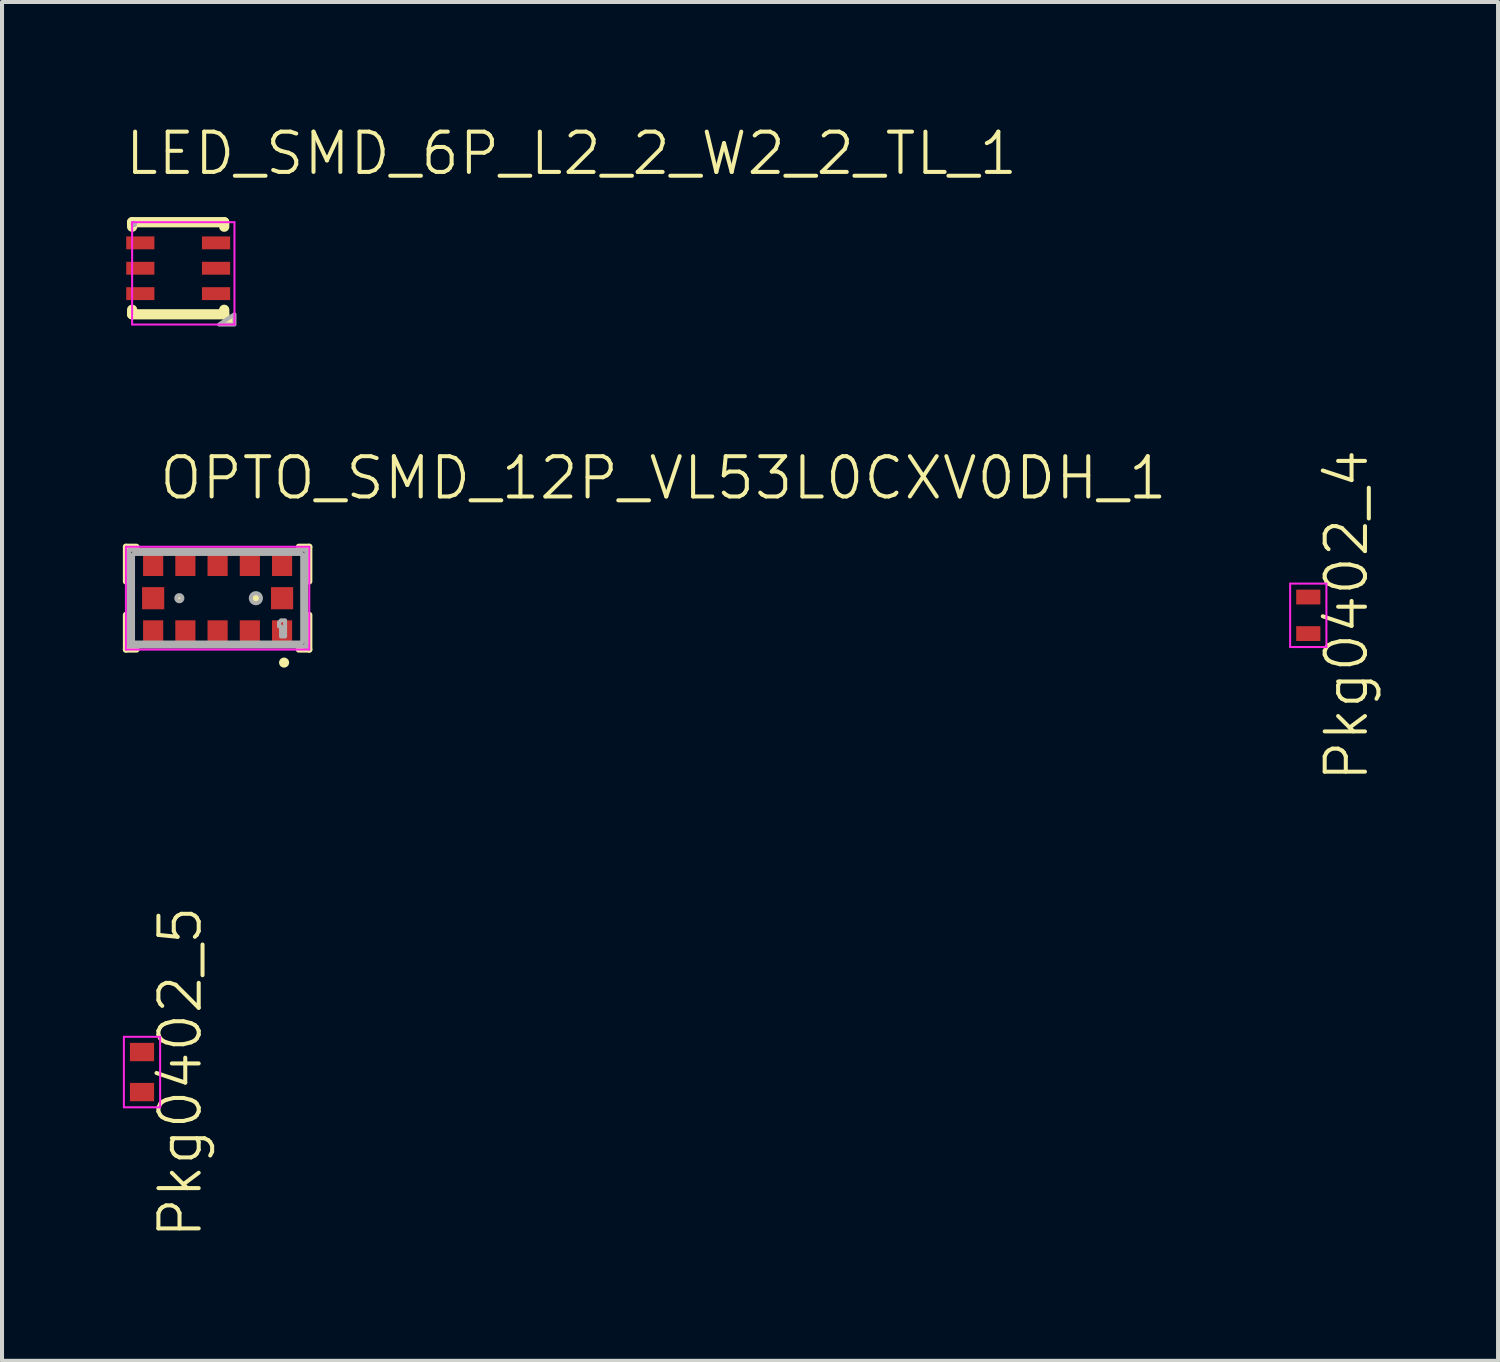
<source format=kicad_pcb>
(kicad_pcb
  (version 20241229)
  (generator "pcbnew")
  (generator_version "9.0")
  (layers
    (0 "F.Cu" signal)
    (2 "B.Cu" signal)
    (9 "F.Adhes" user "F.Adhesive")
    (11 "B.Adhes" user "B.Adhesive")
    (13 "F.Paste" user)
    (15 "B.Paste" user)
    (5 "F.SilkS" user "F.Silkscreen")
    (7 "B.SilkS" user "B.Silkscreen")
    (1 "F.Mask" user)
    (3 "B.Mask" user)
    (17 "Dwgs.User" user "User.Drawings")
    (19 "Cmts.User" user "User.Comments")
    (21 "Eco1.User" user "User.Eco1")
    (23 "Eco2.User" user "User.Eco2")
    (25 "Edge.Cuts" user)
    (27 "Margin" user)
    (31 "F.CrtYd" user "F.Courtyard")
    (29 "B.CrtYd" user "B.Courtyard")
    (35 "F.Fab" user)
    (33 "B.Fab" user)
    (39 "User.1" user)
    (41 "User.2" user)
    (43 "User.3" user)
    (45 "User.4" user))
  (footprint "OPTO_SMD_12P_VL53L0CXV0DH_1"
    (layer "F.Cu")
    (at 2.352 11.799)
    (property "Reference" "OPTO_SMD_12P_VL53L0CXV0DH_1" (at -1.5 -2.982 0) (layer "F.SilkS") (effects (font (size 1 1) (thickness 0.1)) (justify left)))
    (fp_line (start -2.276 -1.276) (end -2.014 -1.276) (stroke (width 0.152) (type solid)) (layer "F.SilkS"))
    (fp_line (start -2.276 -0.414) (end -2.276 -1.276) (stroke (width 0.152) (type solid)) (layer "F.SilkS"))
    (fp_line (start -2.276 0.414) (end -2.276 1.276) (stroke (width 0.152) (type solid)) (layer "F.SilkS"))
    (fp_line (start -2.276 1.276) (end -2.014 1.276) (stroke (width 0.152) (type solid)) (layer "F.SilkS"))
    (fp_line (start 2.276 -1.276) (end 2.015 -1.276) (stroke (width 0.152) (type solid)) (layer "F.SilkS"))
    (fp_line (start 2.276 -0.414) (end 2.276 -1.276) (stroke (width 0.152) (type solid)) (layer "F.SilkS"))
    (fp_line (start 2.276 0.414) (end 2.276 1.276) (stroke (width 0.152) (type solid)) (layer "F.SilkS"))
    (fp_line (start 2.276 1.276) (end 2.015 1.276) (stroke (width 0.152) (type solid)) (layer "F.SilkS"))
    (fp_poly (pts (xy -0.875 0.001) (xy -0.876 -0.014) (xy -0.881 -0.028) (xy -0.888 -0.041) (xy -0.897 -0.053) (xy -0.908 -0.062) (xy -0.921 -0.069) (xy -0.935 -0.073) (xy -0.95 -0.074) (xy -0.965 -0.073) (xy -0.979 -0.069) (xy -0.992 -0.062) (xy -1.003 -0.053) (xy -1.012 -0.041) (xy -1.019 -0.028) (xy -1.024 -0.014) (xy -1.025 0.001) (xy -1.024 0.015) (xy -1.019 0.029) (xy -1.012 0.042) (xy -1.003 0.054) (xy -0.992 0.063) (xy -0.979 0.07) (xy -0.965 0.074) (xy -0.95 0.075) (xy -0.935 0.074) (xy -0.921 0.07) (xy -0.908 0.063) (xy -0.897 0.054) (xy -0.888 0.042) (xy -0.881 0.029) (xy -0.876 0.015)) (stroke (width 0) (type solid)) (fill yes) (layer "F.SilkS"))
    (fp_poly (pts (xy 1.075 0.001) (xy 1.073 -0.024) (xy 1.065 -0.047) (xy 1.054 -0.069) (xy 1.038 -0.088) (xy 1.019 -0.103) (xy 0.998 -0.115) (xy 0.974 -0.122) (xy 0.95 -0.124) (xy 0.926 -0.122) (xy 0.902 -0.115) (xy 0.881 -0.103) (xy 0.862 -0.088) (xy 0.846 -0.069) (xy 0.835 -0.047) (xy 0.827 -0.024) (xy 0.825 0.001) (xy 0.827 0.025) (xy 0.835 0.048) (xy 0.846 0.07) (xy 0.862 0.089) (xy 0.881 0.104) (xy 0.902 0.116) (xy 0.926 0.123) (xy 0.95 0.126) (xy 0.974 0.123) (xy 0.998 0.116) (xy 1.019 0.104) (xy 1.038 0.089) (xy 1.054 0.07) (xy 1.065 0.048) (xy 1.073 0.025)) (stroke (width 0) (type solid)) (fill yes) (layer "F.SilkS"))
    (fp_poly (pts (xy 1.775 1.599) (xy 1.773 1.575) (xy 1.765 1.552) (xy 1.754 1.53) (xy 1.738 1.511) (xy 1.719 1.496) (xy 1.698 1.484) (xy 1.674 1.477) (xy 1.65 1.474) (xy 1.626 1.477) (xy 1.602 1.484) (xy 1.581 1.496) (xy 1.562 1.511) (xy 1.546 1.53) (xy 1.535 1.552) (xy 1.527 1.575) (xy 1.525 1.599) (xy 1.527 1.624) (xy 1.535 1.647) (xy 1.546 1.669) (xy 1.562 1.688) (xy 1.581 1.703) (xy 1.602 1.715) (xy 1.626 1.722) (xy 1.65 1.724) (xy 1.674 1.722) (xy 1.698 1.715) (xy 1.719 1.703) (xy 1.738 1.688) (xy 1.754 1.669) (xy 1.765 1.647) (xy 1.773 1.624)) (stroke (width 0) (type solid)) (fill yes) (layer "F.SilkS"))
    (fp_line (start -2.276 -1.276) (end -2.276 1.276) (stroke (width 0.05) (type solid)) (layer "F.CrtYd"))
    (fp_line (start -2.276 1.276) (end 2.276 1.276) (stroke (width 0.05) (type solid)) (layer "F.CrtYd"))
    (fp_line (start 2.276 -1.276) (end -2.276 -1.276) (stroke (width 0.05) (type solid)) (layer "F.CrtYd"))
    (fp_line (start 2.276 1.276) (end 2.276 -1.276) (stroke (width 0.05) (type solid)) (layer "F.CrtYd"))
    (fp_poly (pts (xy 1.675 0.601) (xy 1.675 0.951) (xy 1.575 0.951) (xy 1.575 0.701) (xy 1.525 0.701) (xy 1.525 0.601) (xy 1.575 0.55) (xy 1.675 0.55) (xy 1.675 0.601)) (stroke (width 0.1) (type solid)) (fill no) (layer "F.Fab"))
    (fp_poly (pts (xy 2.2 -1.2) (xy -2.2 -1.2) (xy -2.2 1.2) (xy -2.1 1.2) (xy -2.1 -1.099) (xy 2.1 -1.099) (xy 2.1 1.101) (xy -2.05 1.101) (xy -2.05 1.2) (xy 2.2 1.2) (xy 2.2 -1)) (stroke (width 0.1) (type solid)) (fill no) (layer "F.Fab"))
    (fp_poly (pts (xy -0.875 0.001) (xy -0.876 -0.014) (xy -0.881 -0.028) (xy -0.888 -0.041) (xy -0.897 -0.053) (xy -0.908 -0.062) (xy -0.921 -0.069) (xy -0.935 -0.073) (xy -0.95 -0.074) (xy -0.965 -0.073) (xy -0.979 -0.069) (xy -0.992 -0.062) (xy -1.003 -0.053) (xy -1.012 -0.041) (xy -1.019 -0.028) (xy -1.024 -0.014) (xy -1.025 0.001) (xy -1.024 0.015) (xy -1.019 0.029) (xy -1.012 0.042) (xy -1.003 0.054) (xy -0.992 0.063) (xy -0.979 0.07) (xy -0.965 0.074) (xy -0.95 0.075) (xy -0.935 0.074) (xy -0.921 0.07) (xy -0.908 0.063) (xy -0.897 0.054) (xy -0.888 0.042) (xy -0.881 0.029) (xy -0.876 0.015)) (stroke (width 0.1) (type solid)) (fill no) (layer "F.Fab"))
    (fp_poly (pts (xy 1.075 0.001) (xy 1.073 -0.024) (xy 1.065 -0.047) (xy 1.054 -0.069) (xy 1.038 -0.088) (xy 1.019 -0.103) (xy 0.998 -0.115) (xy 0.974 -0.122) (xy 0.95 -0.124) (xy 0.926 -0.122) (xy 0.902 -0.115) (xy 0.881 -0.103) (xy 0.862 -0.088) (xy 0.846 -0.069) (xy 0.835 -0.047) (xy 0.827 -0.024) (xy 0.825 0.001) (xy 0.827 0.025) (xy 0.835 0.048) (xy 0.846 0.07) (xy 0.862 0.089) (xy 0.881 0.104) (xy 0.902 0.116) (xy 0.926 0.123) (xy 0.95 0.126) (xy 0.974 0.123) (xy 0.998 0.116) (xy 1.019 0.104) (xy 1.038 0.089) (xy 1.054 0.07) (xy 1.065 0.048) (xy 1.073 0.025)) (stroke (width 0.1) (type solid)) (fill no) (layer "F.Fab"))
    (fp_poly (pts (xy 2.23 1.2) (xy 2.229 1.194) (xy 2.228 1.188) (xy 2.225 1.183) (xy 2.221 1.178) (xy 2.217 1.175) (xy 2.211 1.172) (xy 2.206 1.17) (xy 2.2 1.169) (xy 2.194 1.17) (xy 2.189 1.172) (xy 2.183 1.175) (xy 2.179 1.178) (xy 2.175 1.183) (xy 2.172 1.188) (xy 2.171 1.194) (xy 2.17 1.2) (xy 2.171 1.205) (xy 2.172 1.211) (xy 2.175 1.216) (xy 2.179 1.221) (xy 2.183 1.224) (xy 2.189 1.227) (xy 2.194 1.229) (xy 2.2 1.23) (xy 2.206 1.229) (xy 2.211 1.227) (xy 2.217 1.224) (xy 2.221 1.221) (xy 2.225 1.216) (xy 2.228 1.211) (xy 2.229 1.205)) (stroke (width 0.1) (type solid)) (fill no) (layer "F.Fab"))
    (pad "" smd rect (at -1.6 -0.875) (size 0.602 0.752) (layers "F.Mask"))
    (pad "" smd rect (at -1.6 0.001) (size 0.652 0.652) (layers "F.Mask"))
    (pad "" smd rect (at -1.6 0.875) (size 0.602 0.752) (layers "F.Mask"))
    (pad "" smd rect (at -0.8 -0.875) (size 0.602 0.752) (layers "F.Mask"))
    (pad "" smd rect (at -0.8 0.875) (size 0.602 0.752) (layers "F.Mask"))
    (pad "" smd rect (at 0 -0.875) (size 0.602 0.752) (layers "F.Mask"))
    (pad "" smd rect (at 0 0.875) (size 0.602 0.752) (layers "F.Mask"))
    (pad "" smd rect (at 0.8 -0.875) (size 0.602 0.752) (layers "F.Mask"))
    (pad "" smd rect (at 0.8 0.875) (size 0.602 0.752) (layers "F.Mask"))
    (pad "" smd rect (at 1.6 -0.875) (size 0.602 0.752) (layers "F.Mask"))
    (pad "" smd rect (at 1.6 0.001) (size 0.652 0.652) (layers "F.Mask"))
    (pad "" smd rect (at 1.6 0.875) (size 0.602 0.752) (layers "F.Mask"))
    (pad "1" smd rect (at 1.6 0.875) (size 0.5 0.65) (layers "F.Cu" "F.Paste"))
    (pad "2" smd rect (at 0.8 0.875) (size 0.5 0.65) (layers "F.Cu" "F.Paste"))
    (pad "3" smd rect (at 0 0.875) (size 0.5 0.65) (layers "F.Cu" "F.Paste"))
    (pad "4" smd rect (at -0.8 0.875) (size 0.5 0.65) (layers "F.Cu" "F.Paste"))
    (pad "5" smd rect (at -1.6 0.875) (size 0.5 0.65) (layers "F.Cu" "F.Paste"))
    (pad "6" smd rect (at -1.6 0.001) (size 0.55 0.55) (layers "F.Cu" "F.Paste"))
    (pad "7" smd rect (at -1.6 -0.875) (size 0.5 0.65) (layers "F.Cu" "F.Paste"))
    (pad "8" smd rect (at -0.8 -0.875) (size 0.5 0.65) (layers "F.Cu" "F.Paste"))
    (pad "9" smd rect (at 0 -0.875) (size 0.5 0.65) (layers "F.Cu" "F.Paste"))
    (pad "10" smd rect (at 0.8 -0.875) (size 0.5 0.65) (layers "F.Cu" "F.Paste"))
    (pad "11" smd rect (at 1.6 -0.875) (size 0.5 0.65) (layers "F.Cu" "F.Paste"))
    (pad "12" smd rect (at 1.6 0.001) (size 0.55 0.55) (layers "F.Cu" "F.Paste")))
  (footprint "Pkg0402_5"
    (layer "F.Cu")
    (at 0.475 23.563)
    (property "Reference" "Pkg0402_5" (at 0.95 0 90) (layer "F.SilkS") (effects (font (size 1 1) (thickness 0.1))))
    (fp_line (start -0.45 -0.875) (end -0.45 0.875) (stroke (width 0.05) (type solid)) (layer "F.CrtYd"))
    (fp_line (start -0.45 0.875) (end 0.45 0.875) (stroke (width 0.05) (type solid)) (layer "F.CrtYd"))
    (fp_line (start 0.45 -0.875) (end -0.45 -0.875) (stroke (width 0.05) (type solid)) (layer "F.CrtYd"))
    (fp_line (start 0.45 0.875) (end 0.45 -0.875) (stroke (width 0.05) (type solid)) (layer "F.CrtYd"))
    (pad "" smd rect (at 0 -0.497) (size 0.7 0.555) (layers "F.Mask"))
    (pad "" smd rect (at 0 0.497) (size 0.7 0.555) (layers "F.Mask"))
    (pad "1" smd rect (at 0 -0.497) (size 0.6 0.455) (layers "F.Cu" "F.Paste"))
    (pad "2" smd rect (at 0 0.497) (size 0.6 0.455) (layers "F.Cu" "F.Paste")))
  (footprint "LED_SMD_6P_L2_2_W2_2_TL_1"
    (layer "F.Cu")
    (at 1.5 3.736)
    (property "Reference" "LED_SMD_6P_L2_2_W2_2_TL_1" (at -1.5 -2.976 0) (layer "F.SilkS") (effects (font (size 1 1) (thickness 0.1)) (justify left)))
    (fp_line (start -1.27 -1.27) (end 1.016 -1.27) (stroke (width 0.254) (type solid)) (layer "F.SilkS"))
    (fp_line (start -1.27 -1.158) (end -1.27 -1.27) (stroke (width 0.254) (type solid)) (layer "F.SilkS"))
    (fp_line (start -1.27 1.016) (end -1.27 0.904) (stroke (width 0.254) (type solid)) (layer "F.SilkS"))
    (fp_line (start 1.016 -1.27) (end 1.016 -1.158) (stroke (width 0.254) (type solid)) (layer "F.SilkS"))
    (fp_line (start 1.016 0.904) (end 1.016 1.016) (stroke (width 0.254) (type solid)) (layer "F.SilkS"))
    (fp_line (start 1.016 1.016) (end -1.27 1.016) (stroke (width 0.254) (type solid)) (layer "F.SilkS"))
    (fp_poly (pts (xy 1.27 1.015) (xy 1.27 1.269) (xy 0.889 1.269)) (stroke (width 0) (type solid)) (fill yes) (layer "F.SilkS"))
    (fp_line (start -1.27 -1.27) (end -1.27 1.27) (stroke (width 0.05) (type solid)) (layer "F.CrtYd"))
    (fp_line (start -1.27 1.27) (end 1.27 1.27) (stroke (width 0.05) (type solid)) (layer "F.CrtYd"))
    (fp_line (start 1.27 -1.27) (end -1.27 -1.27) (stroke (width 0.05) (type solid)) (layer "F.CrtYd"))
    (fp_line (start 1.27 1.27) (end 1.27 -1.27) (stroke (width 0.05) (type solid)) (layer "F.CrtYd"))
    (fp_poly (pts (xy 1.27 1.016) (xy 1.27 1.27) (xy 0.889 1.27)) (stroke (width 0.1) (type solid)) (fill no) (layer "F.Fab"))
    (fp_poly (pts (xy -1.197 -1.227) (xy -1.198 -1.233) (xy -1.199 -1.238) (xy -1.202 -1.244) (xy -1.206 -1.248) (xy -1.21 -1.252) (xy -1.216 -1.255) (xy -1.221 -1.256) (xy -1.227 -1.257) (xy -1.233 -1.256) (xy -1.238 -1.255) (xy -1.244 -1.252) (xy -1.248 -1.248) (xy -1.252 -1.244) (xy -1.255 -1.238) (xy -1.256 -1.233) (xy -1.257 -1.227) (xy -1.256 -1.221) (xy -1.255 -1.216) (xy -1.252 -1.21) (xy -1.248 -1.206) (xy -1.244 -1.202) (xy -1.238 -1.199) (xy -1.233 -1.198) (xy -1.227 -1.197) (xy -1.221 -1.198) (xy -1.216 -1.199) (xy -1.21 -1.202) (xy -1.206 -1.206) (xy -1.202 -1.21) (xy -1.199 -1.216) (xy -1.198 -1.221)) (stroke (width 0.1) (type solid)) (fill no) (layer "F.Fab"))
    (pad "" smd rect (at -1.067 -0.757 180) (size 0.802 0.422) (layers "F.Mask"))
    (pad "" smd rect (at -1.067 -0.127 180) (size 0.802 0.422) (layers "F.Mask"))
    (pad "" smd rect (at -1.067 0.503 180) (size 0.802 0.422) (layers "F.Mask"))
    (pad "" smd rect (at 0.813 -0.757 180) (size 0.802 0.422) (layers "F.Mask"))
    (pad "" smd rect (at 0.813 -0.127 180) (size 0.802 0.422) (layers "F.Mask"))
    (pad "" smd rect (at 0.813 0.503 180) (size 0.802 0.422) (layers "F.Mask"))
    (pad "1" smd rect (at -1.067 -0.757 180) (size 0.7 0.32) (layers "F.Cu" "F.Paste"))
    (pad "2" smd rect (at -1.067 -0.127 180) (size 0.7 0.32) (layers "F.Cu" "F.Paste"))
    (pad "3" smd rect (at -1.067 0.503 180) (size 0.7 0.32) (layers "F.Cu" "F.Paste"))
    (pad "4" smd rect (at 0.813 0.503 180) (size 0.7 0.32) (layers "F.Cu" "F.Paste"))
    (pad "5" smd rect (at 0.813 -0.127 180) (size 0.7 0.32) (layers "F.Cu" "F.Paste"))
    (pad "6" smd rect (at 0.813 -0.757 180) (size 0.7 0.32) (layers "F.Cu" "F.Paste")))
  (footprint "Pkg0402_4"
    (layer "F.Cu")
    (at 29.427 12.225)
    (property "Reference" "Pkg0402_4" (at 0.95 0 90) (layer "F.SilkS") (effects (font (size 1 1) (thickness 0.1))))
    (fp_line (start -0.45 -0.787) (end -0.45 0.787) (stroke (width 0.05) (type solid)) (layer "F.CrtYd"))
    (fp_line (start -0.45 0.787) (end 0.45 0.787) (stroke (width 0.05) (type solid)) (layer "F.CrtYd"))
    (fp_line (start 0.45 -0.787) (end -0.45 -0.787) (stroke (width 0.05) (type solid)) (layer "F.CrtYd"))
    (fp_line (start 0.45 0.787) (end 0.45 -0.787) (stroke (width 0.05) (type solid)) (layer "F.CrtYd"))
    (pad "" smd rect (at 0 -0.454) (size 0.7 0.468) (layers "F.Mask"))
    (pad "" smd rect (at 0 0.454) (size 0.7 0.468) (layers "F.Mask"))
    (pad "1" smd rect (at 0 -0.454) (size 0.6 0.368) (layers "F.Cu" "F.Paste"))
    (pad "2" smd rect (at 0 0.454) (size 0.6 0.368) (layers "F.Cu" "F.Paste")))
  (gr_rect
    (start -3 -3)
    (end 34.138 30.732)
    (stroke (width 0.1) (type default))
    (fill no)
    (layer "Edge.Cuts")))
</source>
